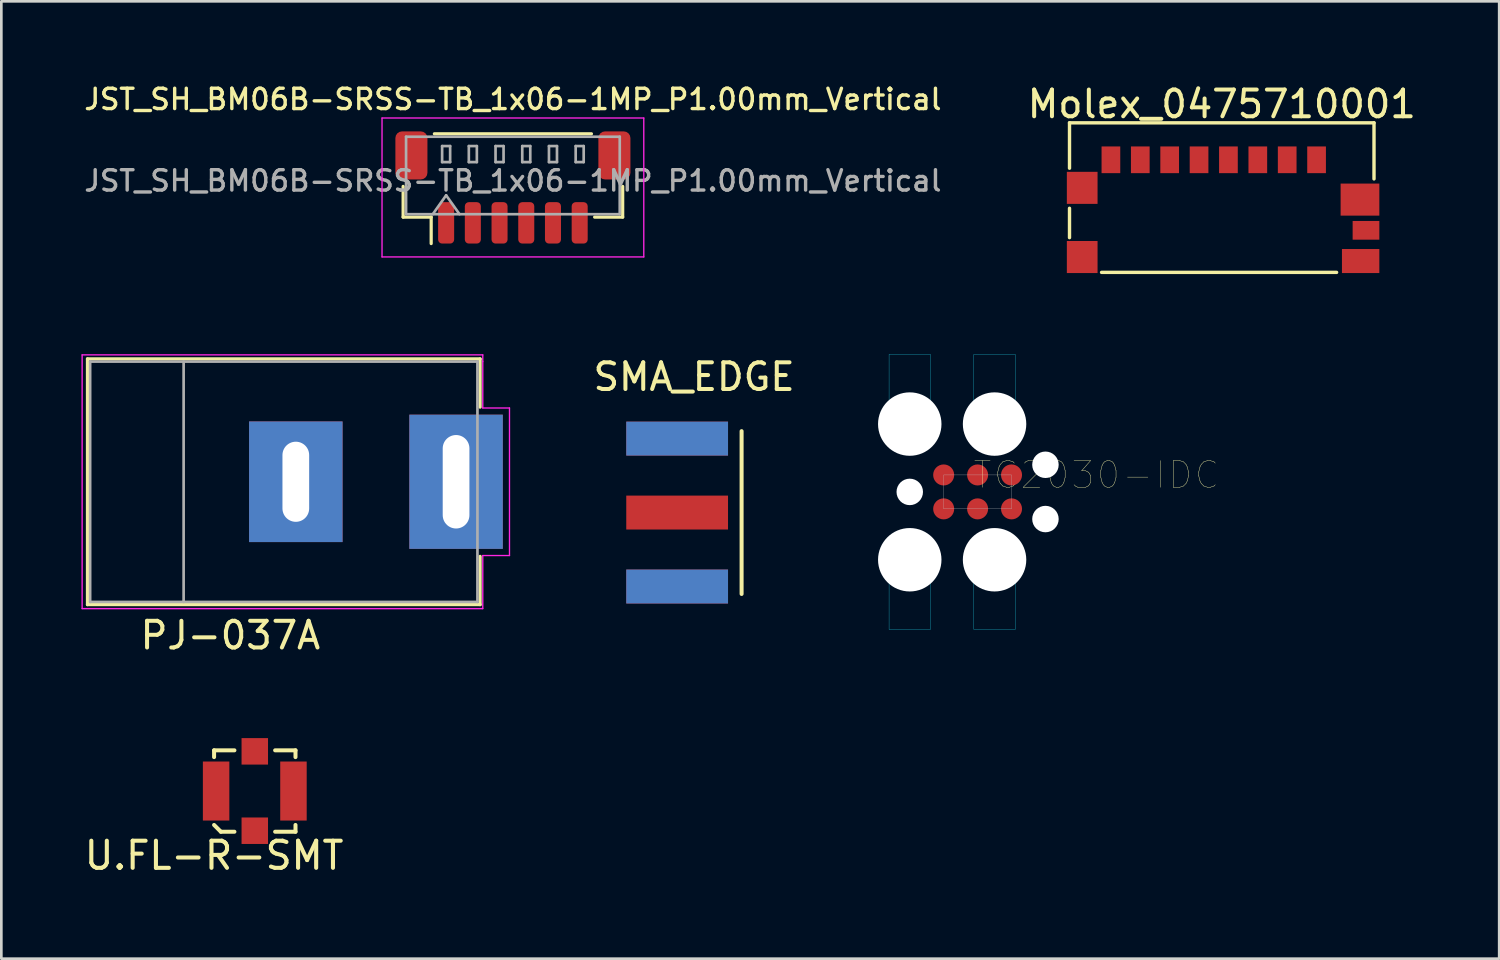
<source format=kicad_pcb>
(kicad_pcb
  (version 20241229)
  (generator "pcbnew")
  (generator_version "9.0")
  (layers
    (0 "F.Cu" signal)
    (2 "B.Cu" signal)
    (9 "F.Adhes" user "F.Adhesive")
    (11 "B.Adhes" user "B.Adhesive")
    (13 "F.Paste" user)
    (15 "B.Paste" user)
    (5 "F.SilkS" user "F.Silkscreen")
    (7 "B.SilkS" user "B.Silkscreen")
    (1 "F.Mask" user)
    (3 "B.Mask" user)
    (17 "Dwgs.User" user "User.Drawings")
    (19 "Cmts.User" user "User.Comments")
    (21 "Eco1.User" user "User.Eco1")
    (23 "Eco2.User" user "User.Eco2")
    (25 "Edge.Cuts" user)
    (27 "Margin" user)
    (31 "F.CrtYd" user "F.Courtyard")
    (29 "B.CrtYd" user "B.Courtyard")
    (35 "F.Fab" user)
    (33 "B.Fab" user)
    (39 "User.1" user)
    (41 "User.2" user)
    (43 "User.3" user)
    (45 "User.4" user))
  (footprint "PJ-037A"
    (layer "F.Cu")
    (at 14.025 14.987)
    (property "Reference" "PJ-037A" (at -8.45 5.75 180) (layer "F.SilkS") (effects (font (size 1 1) (thickness 0.15))))
    (attr through_hole)
    (fp_line (start -13.8 -4.6) (end 0.9 -4.6) (stroke (width 0.12) (type solid)) (layer "F.SilkS"))
    (fp_line (start -13.8 4.6) (end -13.8 -4.6) (stroke (width 0.12) (type solid)) (layer "F.SilkS"))
    (fp_line (start 0.9 -4.6) (end 0.9 -2.794) (stroke (width 0.12) (type solid)) (layer "F.SilkS"))
    (fp_line (start 0.9 2.794) (end 0.9 4.6) (stroke (width 0.12) (type solid)) (layer "F.SilkS"))
    (fp_line (start 0.9 4.6) (end -13.8 4.6) (stroke (width 0.12) (type solid)) (layer "F.SilkS"))
    (fp_line (start -14 4.75) (end -14 -4.75) (stroke (width 0.05) (type solid)) (layer "F.CrtYd"))
    (fp_line (start 1 -4.75) (end -14 -4.75) (stroke (width 0.05) (type solid)) (layer "F.CrtYd"))
    (fp_line (start 1 -4.5) (end 1 -4.75) (stroke (width 0.05) (type solid)) (layer "F.CrtYd"))
    (fp_line (start 1 -4.5) (end 1 -2.762) (stroke (width 0.05) (type solid)) (layer "F.CrtYd"))
    (fp_line (start 1 -2.762) (end 2 -2.762) (stroke (width 0.05) (type solid)) (layer "F.CrtYd"))
    (fp_line (start 1 2.762) (end 1 4.75) (stroke (width 0.05) (type solid)) (layer "F.CrtYd"))
    (fp_line (start 1 4.75) (end -14 4.75) (stroke (width 0.05) (type solid)) (layer "F.CrtYd"))
    (fp_line (start 2 -2.762) (end 2 2.762) (stroke (width 0.05) (type solid)) (layer "F.CrtYd"))
    (fp_line (start 2 2.762) (end 1 2.762) (stroke (width 0.05) (type solid)) (layer "F.CrtYd"))
    (fp_line (start -13.7 -4.5) (end -13.7 4.5) (stroke (width 0.1) (type solid)) (layer "F.Fab"))
    (fp_line (start -13.7 4.5) (end 0.8 4.5) (stroke (width 0.1) (type solid)) (layer "F.Fab"))
    (fp_line (start -10.2 -4.5) (end -10.2 4.5) (stroke (width 0.1) (type solid)) (layer "F.Fab"))
    (fp_line (start 0.8 -4.5) (end -13.7 -4.5) (stroke (width 0.1) (type solid)) (layer "F.Fab"))
    (fp_line (start 0.8 4.5) (end 0.8 -4.5) (stroke (width 0.1) (type solid)) (layer "F.Fab"))
    (pad "1" thru_hole rect (at 0 0) (size 3.5 5.024) (drill oval 1 3.5) (layers "*.Cu" "*.Mask"))
    (pad "2" thru_hole rect (at -6 0) (size 3.5 4.516) (drill oval 1 3) (layers "*.Cu" "*.Mask")))
  (footprint "SMA_EDGE"
    (layer "F.Cu")
    (at 20.397 16.14)
    (property "Reference" "SMA_EDGE" (at 2.54 -5.08 0) (layer "F.SilkS") (effects (font (size 1 1) (thickness 0.15))))
    (attr through_hole)
    (fp_line (start 4.318 -3.048) (end 4.318 3.048) (stroke (width 0.15) (type solid)) (layer "F.SilkS"))
    (pad "1" smd rect (at 1.905 0) (size 3.81 1.27) (layers "F.Cu" "F.Mask" "F.Paste"))
    (pad "2" smd rect (at 1.905 -2.769) (size 3.81 1.27) (layers "*.Cu" "F.Mask" "F.Paste"))
    (pad "3" smd rect (at 1.905 2.769) (size 3.81 1.27) (layers "*.Cu" "F.Mask" "F.Paste")))
  (footprint "U.FL-R-SMT"
    (layer "F.Cu")
    (at 6.489 26.566)
    (property "Reference" "U.FL-R-SMT" (at -1.524 2.413 0) (layer "F.SilkS") (effects (font (size 1.016 1.016) (thickness 0.152))))
    (attr through_hole)
    (fp_line (start -1.524 -1.524) (end -1.524 -1.27) (stroke (width 0.15) (type solid)) (layer "F.SilkS"))
    (fp_line (start -1.524 -1.524) (end -0.762 -1.524) (stroke (width 0.15) (type solid)) (layer "F.SilkS"))
    (fp_line (start -1.524 1.27) (end -1.27 1.524) (stroke (width 0.15) (type solid)) (layer "F.SilkS"))
    (fp_line (start -1.27 1.524) (end -0.762 1.524) (stroke (width 0.15) (type solid)) (layer "F.SilkS"))
    (fp_line (start 0.762 -1.524) (end 1.524 -1.524) (stroke (width 0.15) (type solid)) (layer "F.SilkS"))
    (fp_line (start 0.762 1.524) (end 1.524 1.524) (stroke (width 0.15) (type solid)) (layer "F.SilkS"))
    (fp_line (start 1.524 -1.524) (end 1.524 -1.27) (stroke (width 0.15) (type solid)) (layer "F.SilkS"))
    (fp_line (start 1.524 1.27) (end 1.524 1.524) (stroke (width 0.15) (type solid)) (layer "F.SilkS"))
    (pad "1" smd rect (at 0 1.486) (size 0.991 0.991) (layers "F.Cu" "F.Mask" "F.Paste"))
    (pad "2" smd rect (at -1.448 0) (size 0.991 2.21) (layers "F.Cu" "F.Mask" "F.Paste"))
    (pad "3" smd rect (at 0 -1.486) (size 0.991 0.991) (layers "F.Cu" "F.Mask" "F.Paste"))
    (pad "4" smd rect (at 1.448 0) (size 0.991 2.21) (layers "F.Cu" "F.Mask" "F.Paste")))
  (footprint "JST_SH_BM06B-SRSS-TB_1x06-1MP_P1.00mm_Vertical"
    (layer "F.Cu")
    (at 16.153 3.969)
    (property "Reference" "JST_SH_BM06B-SRSS-TB_1x06-1MP_P1.00mm_Vertical" (at 0 -3.3 0) (layer "F.SilkS") (effects (font (size 0.762 0.762) (thickness 0.127))))
    (attr smd)
    (fp_line (start -4.11 -0.04) (end -4.11 1.11) (stroke (width 0.12) (type solid)) (layer "F.SilkS"))
    (fp_line (start -4.11 1.11) (end -3.06 1.11) (stroke (width 0.12) (type solid)) (layer "F.SilkS"))
    (fp_line (start -3.06 1.11) (end -3.06 2.1) (stroke (width 0.12) (type solid)) (layer "F.SilkS"))
    (fp_line (start -2.94 -2.01) (end 2.94 -2.01) (stroke (width 0.12) (type solid)) (layer "F.SilkS"))
    (fp_line (start 4.11 -0.04) (end 4.11 1.11) (stroke (width 0.12) (type solid)) (layer "F.SilkS"))
    (fp_line (start 4.11 1.11) (end 3.06 1.11) (stroke (width 0.12) (type solid)) (layer "F.SilkS"))
    (fp_line (start -4.9 -2.6) (end -4.9 2.6) (stroke (width 0.05) (type solid)) (layer "F.CrtYd"))
    (fp_line (start -4.9 2.6) (end 4.9 2.6) (stroke (width 0.05) (type solid)) (layer "F.CrtYd"))
    (fp_line (start 4.9 -2.6) (end -4.9 -2.6) (stroke (width 0.05) (type solid)) (layer "F.CrtYd"))
    (fp_line (start 4.9 2.6) (end 4.9 -2.6) (stroke (width 0.05) (type solid)) (layer "F.CrtYd"))
    (fp_line (start -4 -1.9) (end 4 -1.9) (stroke (width 0.1) (type solid)) (layer "F.Fab"))
    (fp_line (start -4 1) (end -4 -1.9) (stroke (width 0.1) (type solid)) (layer "F.Fab"))
    (fp_line (start -4 1) (end 4 1) (stroke (width 0.1) (type solid)) (layer "F.Fab"))
    (fp_line (start -3 1) (end -2.5 0.293) (stroke (width 0.1) (type solid)) (layer "F.Fab"))
    (fp_line (start -2.65 -1.55) (end -2.65 -0.95) (stroke (width 0.1) (type solid)) (layer "F.Fab"))
    (fp_line (start -2.65 -0.95) (end -2.35 -0.95) (stroke (width 0.1) (type solid)) (layer "F.Fab"))
    (fp_line (start -2.5 0.293) (end -2 1) (stroke (width 0.1) (type solid)) (layer "F.Fab"))
    (fp_line (start -2.35 -1.55) (end -2.65 -1.55) (stroke (width 0.1) (type solid)) (layer "F.Fab"))
    (fp_line (start -2.35 -0.95) (end -2.35 -1.55) (stroke (width 0.1) (type solid)) (layer "F.Fab"))
    (fp_line (start -1.65 -1.55) (end -1.65 -0.95) (stroke (width 0.1) (type solid)) (layer "F.Fab"))
    (fp_line (start -1.65 -0.95) (end -1.35 -0.95) (stroke (width 0.1) (type solid)) (layer "F.Fab"))
    (fp_line (start -1.35 -1.55) (end -1.65 -1.55) (stroke (width 0.1) (type solid)) (layer "F.Fab"))
    (fp_line (start -1.35 -0.95) (end -1.35 -1.55) (stroke (width 0.1) (type solid)) (layer "F.Fab"))
    (fp_line (start -0.65 -1.55) (end -0.65 -0.95) (stroke (width 0.1) (type solid)) (layer "F.Fab"))
    (fp_line (start -0.65 -0.95) (end -0.35 -0.95) (stroke (width 0.1) (type solid)) (layer "F.Fab"))
    (fp_line (start -0.35 -1.55) (end -0.65 -1.55) (stroke (width 0.1) (type solid)) (layer "F.Fab"))
    (fp_line (start -0.35 -0.95) (end -0.35 -1.55) (stroke (width 0.1) (type solid)) (layer "F.Fab"))
    (fp_line (start 0.35 -1.55) (end 0.35 -0.95) (stroke (width 0.1) (type solid)) (layer "F.Fab"))
    (fp_line (start 0.35 -0.95) (end 0.65 -0.95) (stroke (width 0.1) (type solid)) (layer "F.Fab"))
    (fp_line (start 0.65 -1.55) (end 0.35 -1.55) (stroke (width 0.1) (type solid)) (layer "F.Fab"))
    (fp_line (start 0.65 -0.95) (end 0.65 -1.55) (stroke (width 0.1) (type solid)) (layer "F.Fab"))
    (fp_line (start 1.35 -1.55) (end 1.35 -0.95) (stroke (width 0.1) (type solid)) (layer "F.Fab"))
    (fp_line (start 1.35 -0.95) (end 1.65 -0.95) (stroke (width 0.1) (type solid)) (layer "F.Fab"))
    (fp_line (start 1.65 -1.55) (end 1.35 -1.55) (stroke (width 0.1) (type solid)) (layer "F.Fab"))
    (fp_line (start 1.65 -0.95) (end 1.65 -1.55) (stroke (width 0.1) (type solid)) (layer "F.Fab"))
    (fp_line (start 2.35 -1.55) (end 2.35 -0.95) (stroke (width 0.1) (type solid)) (layer "F.Fab"))
    (fp_line (start 2.35 -0.95) (end 2.65 -0.95) (stroke (width 0.1) (type solid)) (layer "F.Fab"))
    (fp_line (start 2.65 -1.55) (end 2.35 -1.55) (stroke (width 0.1) (type solid)) (layer "F.Fab"))
    (fp_line (start 2.65 -0.95) (end 2.65 -1.55) (stroke (width 0.1) (type solid)) (layer "F.Fab"))
    (fp_line (start 4 1) (end 4 -1.9) (stroke (width 0.1) (type solid)) (layer "F.Fab"))
    (fp_text user "${REFERENCE}" (at 0 -0.25 0) (layer "F.Fab") (effects (font (size 0.762 0.762) (thickness 0.127))))
    (pad "1" smd roundrect (at -2.5 1.325) (size 0.6 1.55) (layers "F.Cu" "F.Mask" "F.Paste") (roundrect_rratio 0.25))
    (pad "2" smd roundrect (at -1.5 1.325) (size 0.6 1.55) (layers "F.Cu" "F.Mask" "F.Paste") (roundrect_rratio 0.25))
    (pad "3" smd roundrect (at -0.5 1.325) (size 0.6 1.55) (layers "F.Cu" "F.Mask" "F.Paste") (roundrect_rratio 0.25))
    (pad "4" smd roundrect (at 0.5 1.325) (size 0.6 1.55) (layers "F.Cu" "F.Mask" "F.Paste") (roundrect_rratio 0.25))
    (pad "5" smd roundrect (at 1.5 1.325) (size 0.6 1.55) (layers "F.Cu" "F.Mask" "F.Paste") (roundrect_rratio 0.25))
    (pad "6" smd roundrect (at 2.5 1.325) (size 0.6 1.55) (layers "F.Cu" "F.Mask" "F.Paste") (roundrect_rratio 0.25))
    (pad "MP" smd roundrect (at -3.8 -1.2) (size 1.2 1.8) (layers "F.Cu" "F.Mask" "F.Paste") (roundrect_rratio 0.208))
    (pad "MP" smd roundrect (at 3.8 -1.2) (size 1.2 1.8) (layers "F.Cu" "F.Mask" "F.Paste") (roundrect_rratio 0.208)))
  (footprint "TC2030-IDC"
    (layer "F.Cu")
    (at 33.551 15.367)
    (property "Reference" "TC2030-IDC" (at 4.445 -0.635 180) (layer "F.SilkS") (effects (font (size 1 1) (thickness 0.015))))
    (attr through_hole)
    (fp_poly (pts (xy -1.27 -0.635) (xy 1.27 -0.635) (xy 1.27 0.635) (xy -1.27 0.635)) (stroke (width 0.01) (type solid)) (fill no) (layer "Dwgs.User"))
    (fp_poly (pts (xy -3.315 -5.15) (xy -1.765 -5.15) (xy -1.765 -2.54) (xy -3.315 -2.54)) (stroke (width 0.01) (type solid)) (fill no) (layer "B.CrtYd"))
    (fp_poly (pts (xy -3.315 2.54) (xy -1.765 2.54) (xy -1.765 5.15) (xy -3.315 5.15)) (stroke (width 0.01) (type solid)) (fill no) (layer "B.CrtYd"))
    (fp_poly (pts (xy -0.14 -5.15) (xy 1.41 -5.15) (xy 1.41 -2.54) (xy -0.14 -2.54)) (stroke (width 0.01) (type solid)) (fill no) (layer "B.CrtYd"))
    (fp_poly (pts (xy -0.14 2.54) (xy 1.41 2.54) (xy 1.41 5.15) (xy -0.14 5.15)) (stroke (width 0.01) (type solid)) (fill no) (layer "B.CrtYd"))
    (pad "" np_thru_hole circle (at -2.54 -2.54) (size 2.375 2.375) (drill 2.375) (layers "*.Cu" "*.Mask"))
    (pad "" np_thru_hole circle (at -2.54 0) (size 0.991 0.991) (drill 0.991) (layers "*.Cu" "*.Mask"))
    (pad "" np_thru_hole circle (at -2.54 2.54) (size 2.375 2.375) (drill 2.375) (layers "*.Cu" "*.Mask"))
    (pad "" np_thru_hole circle (at 0.635 -2.54) (size 2.375 2.375) (drill 2.375) (layers "*.Cu" "*.Mask"))
    (pad "" np_thru_hole circle (at 0.635 2.54) (size 2.375 2.375) (drill 2.375) (layers "*.Cu" "*.Mask"))
    (pad "" np_thru_hole circle (at 2.54 -1.016) (size 0.991 0.991) (drill 0.991) (layers "*.Cu" "*.Mask"))
    (pad "" np_thru_hole circle (at 2.54 1.016) (size 0.991 0.991) (drill 0.991) (layers "*.Cu" "*.Mask"))
    (pad "1" smd circle (at -1.27 0.635) (size 0.787 0.787) (layers "F.Cu" "F.Mask" "F.Paste"))
    (pad "2" smd circle (at -1.27 -0.635) (size 0.787 0.787) (layers "F.Cu" "F.Mask" "F.Paste"))
    (pad "3" smd circle (at 0 0.635) (size 0.787 0.787) (layers "F.Cu" "F.Mask" "F.Paste"))
    (pad "4" smd circle (at 0 -0.635) (size 0.787 0.787) (layers "F.Cu" "F.Mask" "F.Paste"))
    (pad "5" smd circle (at 1.27 0.635) (size 0.787 0.787) (layers "F.Cu" "F.Mask" "F.Paste"))
    (pad "6" smd circle (at 1.27 -0.635) (size 0.787 0.787) (layers "F.Cu" "F.Mask" "F.Paste")))
  (footprint "Molex_0475710001"
    (layer "F.Cu")
    (at 42.692 4.348)
    (property "Reference" "Molex_0475710001" (at 0 -3.5 0) (layer "F.SilkS") (effects (font (size 1 1) (thickness 0.15))))
    (attr through_hole)
    (fp_line (start -5.7 -2.8) (end -5.7 -1.1) (stroke (width 0.127) (type solid)) (layer "F.SilkS"))
    (fp_line (start -5.7 -2.8) (end 5.7 -2.8) (stroke (width 0.127) (type solid)) (layer "F.SilkS"))
    (fp_line (start -5.7 0.4) (end -5.7 1.5) (stroke (width 0.127) (type solid)) (layer "F.SilkS"))
    (fp_line (start -4.5 2.8) (end 4.3 2.8) (stroke (width 0.127) (type solid)) (layer "F.SilkS"))
    (fp_line (start 5.7 -2.8) (end 5.7 -0.7) (stroke (width 0.127) (type solid)) (layer "F.SilkS"))
    (pad "1" smd rect (at 3.55 -1.415) (size 0.7 1) (layers "F.Cu" "F.Mask" "F.Paste"))
    (pad "2" smd rect (at 2.45 -1.415) (size 0.7 1) (layers "F.Cu" "F.Mask" "F.Paste"))
    (pad "3" smd rect (at 1.35 -1.415) (size 0.7 1) (layers "F.Cu" "F.Mask" "F.Paste"))
    (pad "4" smd rect (at 0.25 -1.415) (size 0.7 1) (layers "F.Cu" "F.Mask" "F.Paste"))
    (pad "5" smd rect (at -0.85 -1.415) (size 0.7 1) (layers "F.Cu" "F.Mask" "F.Paste"))
    (pad "6" smd rect (at -1.95 -1.415) (size 0.7 1) (layers "F.Cu" "F.Mask" "F.Paste"))
    (pad "7" smd rect (at -3.05 -1.415) (size 0.7 1) (layers "F.Cu" "F.Mask" "F.Paste"))
    (pad "8" smd rect (at -4.15 -1.415) (size 0.7 1) (layers "F.Cu" "F.Mask" "F.Paste"))
    (pad "9" smd rect (at -5.225 -0.365) (size 1.15 1.2) (layers "F.Cu" "F.Mask" "F.Paste"))
    (pad "10" smd rect (at -5.225 2.225) (size 1.15 1.2) (layers "F.Cu" "F.Mask" "F.Paste"))
    (pad "11" smd rect (at 5.175 0.075) (size 1.45 1.2) (layers "F.Cu" "F.Mask" "F.Paste"))
    (pad "12" smd rect (at 5.4 1.225) (size 1 0.7) (layers "F.Cu" "F.Mask" "F.Paste"))
    (pad "13" smd rect (at 5.2 2.375) (size 1.4 0.9) (layers "F.Cu" "F.Mask" "F.Paste")))
  (gr_rect
    (start -3 -3)
    (end 53.079 32.841)
    (stroke (width 0.1) (type default))
    (fill no)
    (layer "Edge.Cuts")))
</source>
